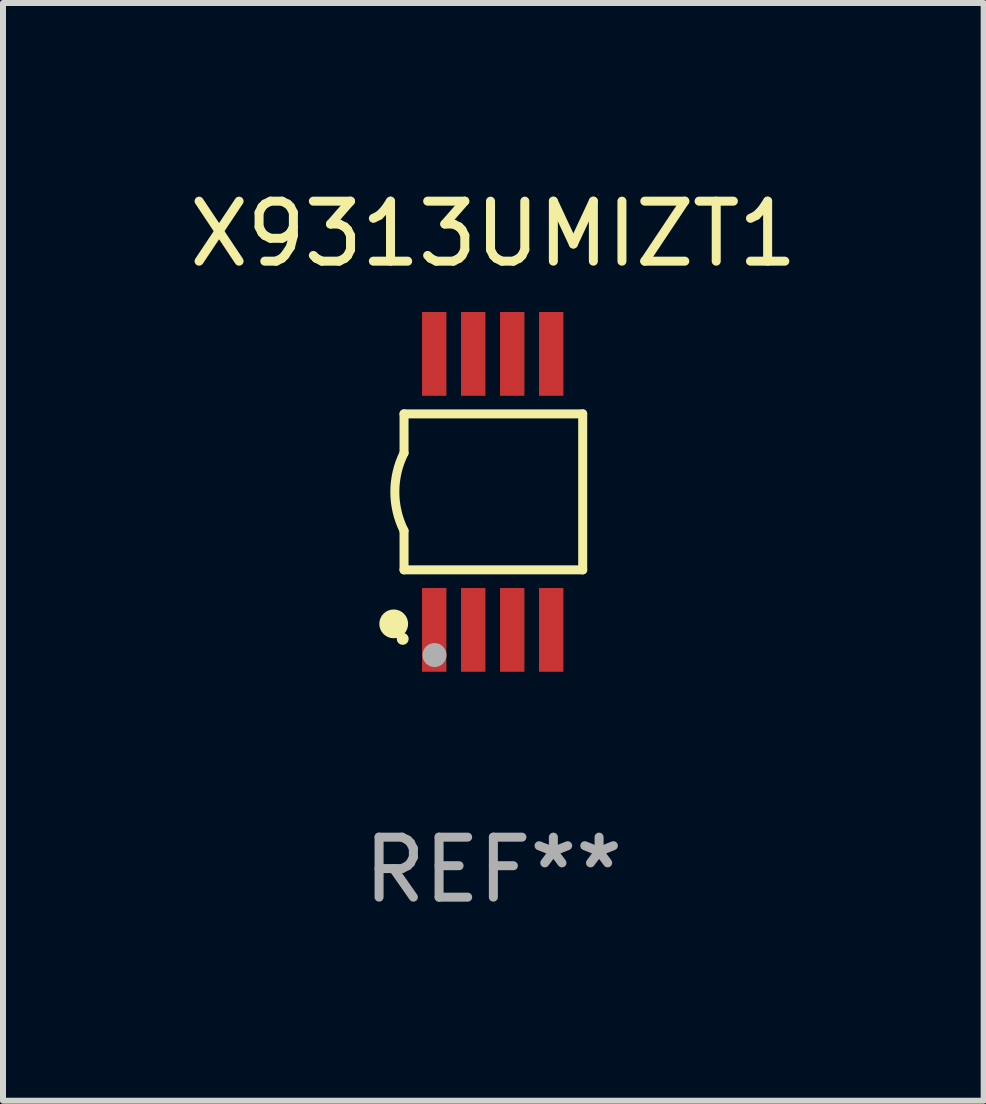
<source format=kicad_pcb>
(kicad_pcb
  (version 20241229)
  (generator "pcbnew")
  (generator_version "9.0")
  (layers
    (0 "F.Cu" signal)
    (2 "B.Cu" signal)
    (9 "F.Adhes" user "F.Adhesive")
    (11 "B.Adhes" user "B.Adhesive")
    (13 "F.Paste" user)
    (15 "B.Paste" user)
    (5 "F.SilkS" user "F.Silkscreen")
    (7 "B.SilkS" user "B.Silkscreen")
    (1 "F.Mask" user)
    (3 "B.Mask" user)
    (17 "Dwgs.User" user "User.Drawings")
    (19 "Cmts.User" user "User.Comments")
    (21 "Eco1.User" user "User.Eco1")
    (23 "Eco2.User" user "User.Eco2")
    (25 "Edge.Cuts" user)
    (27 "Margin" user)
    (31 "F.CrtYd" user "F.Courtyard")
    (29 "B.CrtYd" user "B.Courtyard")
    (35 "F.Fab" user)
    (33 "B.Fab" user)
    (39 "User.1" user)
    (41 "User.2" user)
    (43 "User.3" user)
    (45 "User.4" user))
  (footprint "X9313UMIZT1"
    (layer "F.Cu")
    (at 5.173 5.148)
    (property "Reference" "X9313UMIZT1" (at 0 -4.3 0) (layer "F.SilkS") (effects (font (size 1 1) (thickness 0.15))))
    (attr through_hole)
    (fp_line (start -1.489 -1.3) (end -1.489 -0.648) (stroke (width 0.15) (type solid)) (layer "F.SilkS"))
    (fp_line (start -1.489 0.648) (end -1.489 1.3) (stroke (width 0.15) (type solid)) (layer "F.SilkS"))
    (fp_line (start -1.489 1.3) (end 1.489 1.3) (stroke (width 0.15) (type solid)) (layer "F.SilkS"))
    (fp_line (start 1.489 -1.3) (end -1.489 -1.3) (stroke (width 0.15) (type solid)) (layer "F.SilkS"))
    (fp_line (start 1.489 1.3) (end 1.489 -1.3) (stroke (width 0.15) (type solid)) (layer "F.SilkS"))
    (fp_arc (start -1.489205 0.647702) (mid -1.642107 0) (end -1.489205 -0.647701) (stroke (width 0.150013) (type solid)) (layer "F.SilkS"))
    (fp_circle (center -1.661 2.2) (end -1.541 2.2) (stroke (width 0.24) (type solid)) (fill no) (layer "F.SilkS"))
    (fp_circle (center -1.511 2.45) (end -1.461 2.45) (stroke (width 0.1) (type solid)) (fill no) (layer "F.SilkS"))
    (fp_circle (center -0.981 2.72) (end -0.881 2.72) (stroke (width 0.2) (type solid)) (fill no) (layer "F.Fab"))
    (fp_text user "REF**" (at 0 6.3 0) (layer "F.Fab") (effects (font (size 1 1) (thickness 0.15))))
    (pad "1" smd rect (at -0.986 2.3) (size 0.406 1.397) (layers "F.Cu" "F.Mask" "F.Paste"))
    (pad "2" smd rect (at -0.336 2.3) (size 0.406 1.397) (layers "F.Cu" "F.Mask" "F.Paste"))
    (pad "3" smd rect (at 0.314 2.3) (size 0.406 1.397) (layers "F.Cu" "F.Mask" "F.Paste"))
    (pad "4" smd rect (at 0.964 2.3) (size 0.406 1.397) (layers "F.Cu" "F.Mask" "F.Paste"))
    (pad "5" smd rect (at 0.964 -2.3) (size 0.406 1.397) (layers "F.Cu" "F.Mask" "F.Paste"))
    (pad "6" smd rect (at 0.314 -2.3) (size 0.406 1.397) (layers "F.Cu" "F.Mask" "F.Paste"))
    (pad "7" smd rect (at -0.336 -2.3) (size 0.406 1.397) (layers "F.Cu" "F.Mask" "F.Paste"))
    (pad "8" smd rect (at -0.986 -2.3) (size 0.406 1.397) (layers "F.Cu" "F.Mask" "F.Paste")))
  (gr_rect
    (start -3 -3)
    (end 13.345 15.296)
    (stroke (width 0.1) (type default))
    (fill no)
    (layer "Edge.Cuts")))
</source>
